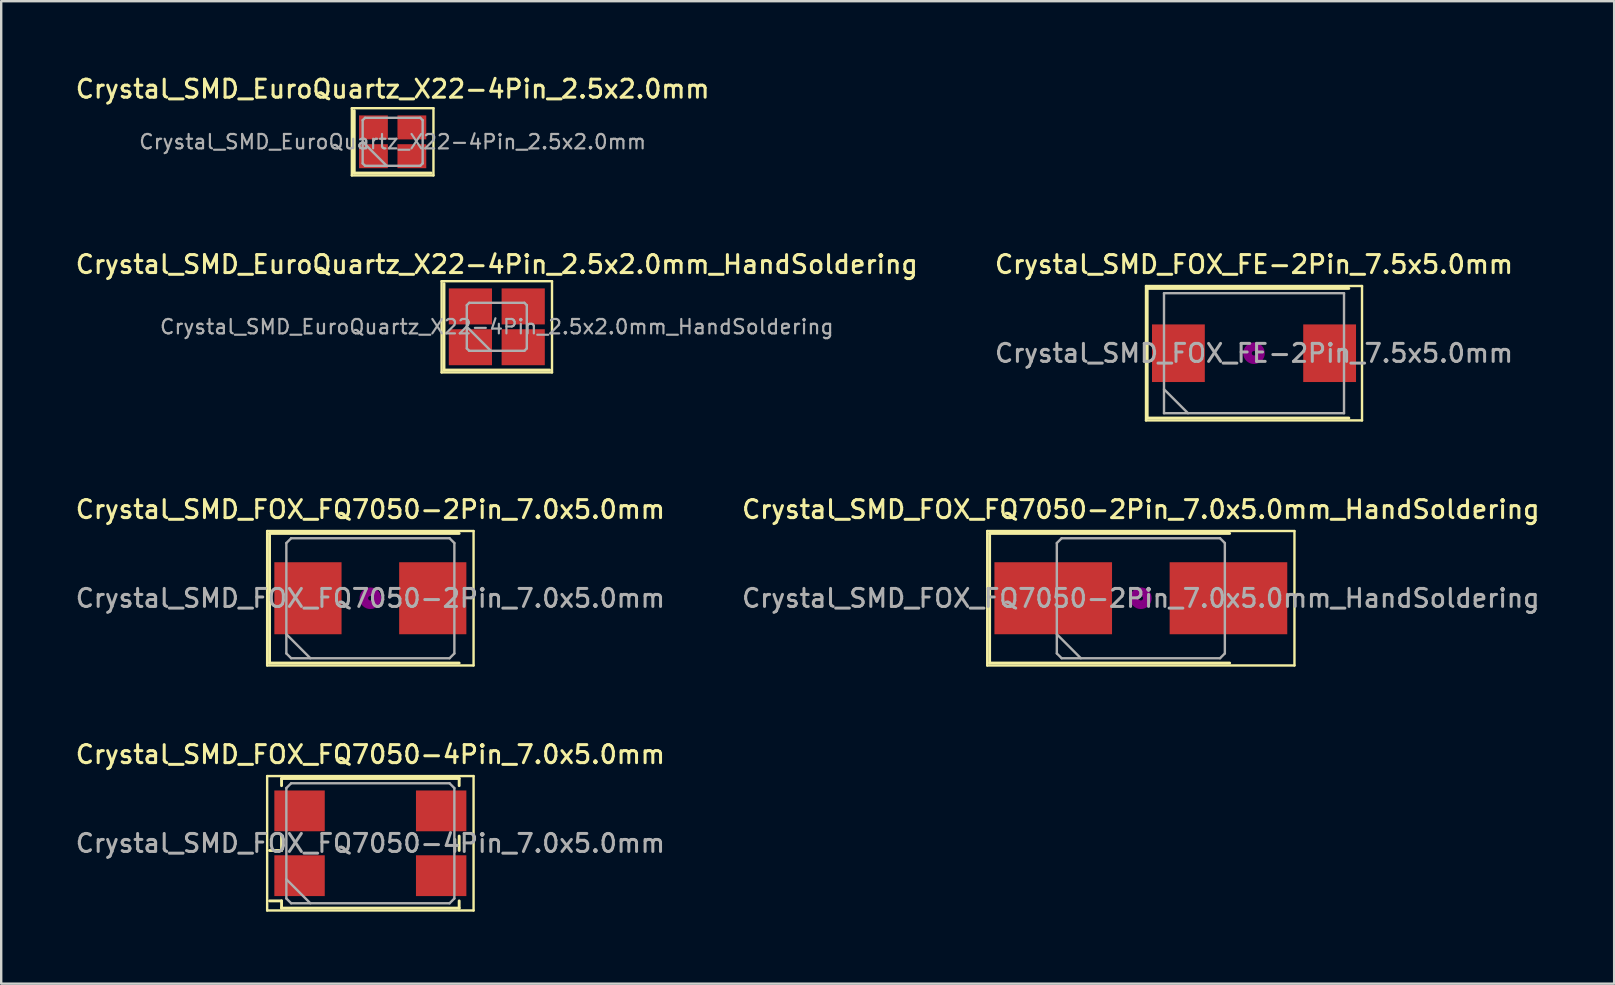
<source format=kicad_pcb>
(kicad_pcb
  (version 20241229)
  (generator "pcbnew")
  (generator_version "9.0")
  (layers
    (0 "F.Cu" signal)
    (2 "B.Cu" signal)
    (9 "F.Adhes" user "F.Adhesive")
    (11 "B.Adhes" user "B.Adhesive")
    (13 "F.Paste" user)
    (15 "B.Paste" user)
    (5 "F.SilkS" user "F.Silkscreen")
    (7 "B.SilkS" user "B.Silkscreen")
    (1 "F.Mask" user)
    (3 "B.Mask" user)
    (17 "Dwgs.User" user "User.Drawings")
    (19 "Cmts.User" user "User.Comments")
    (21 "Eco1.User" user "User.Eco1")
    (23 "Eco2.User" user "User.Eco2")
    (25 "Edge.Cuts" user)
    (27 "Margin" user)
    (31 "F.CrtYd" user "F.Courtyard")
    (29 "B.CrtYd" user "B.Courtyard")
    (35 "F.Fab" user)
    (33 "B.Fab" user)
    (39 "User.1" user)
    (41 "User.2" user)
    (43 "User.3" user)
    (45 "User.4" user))
  (footprint "Crystal_SMD_FOX_FE-2Pin_7.5x5.0mm"
    (layer "F.Cu")
    (at 49.195 11.666)
    (property "Reference" "Crystal_SMD_FOX_FE-2Pin_7.5x5.0mm" (at 0 -3.7 0) (layer "F.SilkS") (effects (font (size 0.75 0.75) (thickness 0.125))))
    (attr smd)
    (fp_line (start -4.5 -2.8) (end -4.5 2.8) (stroke (width 0.1) (type solid)) (layer "F.SilkS"))
    (fp_line (start -4.5 2.8) (end 4.5 2.8) (stroke (width 0.1) (type solid)) (layer "F.SilkS"))
    (fp_line (start -4.45 -2.7) (end -4.45 2.7) (stroke (width 0.12) (type solid)) (layer "F.SilkS"))
    (fp_line (start -4.45 2.7) (end 3.95 2.7) (stroke (width 0.12) (type solid)) (layer "F.SilkS"))
    (fp_line (start 3.95 -2.7) (end -4.45 -2.7) (stroke (width 0.12) (type solid)) (layer "F.SilkS"))
    (fp_line (start 4.5 -2.8) (end -4.5 -2.8) (stroke (width 0.1) (type solid)) (layer "F.SilkS"))
    (fp_line (start 4.5 2.8) (end 4.5 -2.8) (stroke (width 0.1) (type solid)) (layer "F.SilkS"))
    (fp_circle (center 0 0) (end 0.093 0) (stroke (width 0.187) (type solid)) (fill no) (layer "F.Adhes"))
    (fp_circle (center 0 0) (end 0.213 0) (stroke (width 0.133) (type solid)) (fill no) (layer "F.Adhes"))
    (fp_circle (center 0 0) (end 0.333 0) (stroke (width 0.133) (type solid)) (fill no) (layer "F.Adhes"))
    (fp_circle (center 0 0) (end 0.4 0) (stroke (width 0.1) (type solid)) (fill no) (layer "F.Adhes"))
    (fp_line (start -3.75 -2.5) (end -3.75 2.5) (stroke (width 0.1) (type solid)) (layer "F.Fab"))
    (fp_line (start -3.75 1.5) (end -2.75 2.5) (stroke (width 0.1) (type solid)) (layer "F.Fab"))
    (fp_line (start -3.75 2.5) (end 3.75 2.5) (stroke (width 0.1) (type solid)) (layer "F.Fab"))
    (fp_line (start 3.75 -2.5) (end -3.75 -2.5) (stroke (width 0.1) (type solid)) (layer "F.Fab"))
    (fp_line (start 3.75 2.5) (end 3.75 -2.5) (stroke (width 0.1) (type solid)) (layer "F.Fab"))
    (fp_text user "${REFERENCE}" (at 0 0 0) (layer "F.Fab") (effects (font (size 0.75 0.75) (thickness 0.125))))
    (pad "1" smd rect (at -3.15 0) (size 2.2 2.4) (layers "F.Cu" "F.Mask" "F.Paste"))
    (pad "2" smd rect (at 3.15 0) (size 2.2 2.4) (layers "F.Cu" "F.Mask" "F.Paste")))
  (footprint "Crystal_SMD_EuroQuartz_X22-4Pin_2.5x2.0mm_HandSoldering"
    (layer "F.Cu")
    (at 17.648 10.566)
    (property "Reference" "Crystal_SMD_EuroQuartz_X22-4Pin_2.5x2.0mm_HandSoldering" (at 0 -2.6 0) (layer "F.SilkS") (effects (font (size 0.75 0.75) (thickness 0.125))))
    (attr smd)
    (fp_line (start -2.3 -1.9) (end -2.3 1.9) (stroke (width 0.1) (type solid)) (layer "F.SilkS"))
    (fp_line (start -2.3 1.9) (end 2.3 1.9) (stroke (width 0.1) (type solid)) (layer "F.SilkS"))
    (fp_line (start -2.2 -1.8) (end -2.2 1.8) (stroke (width 0.12) (type solid)) (layer "F.SilkS"))
    (fp_line (start -2.2 1.8) (end 2.2 1.8) (stroke (width 0.12) (type solid)) (layer "F.SilkS"))
    (fp_line (start 2.3 -1.9) (end -2.3 -1.9) (stroke (width 0.1) (type solid)) (layer "F.SilkS"))
    (fp_line (start 2.3 1.9) (end 2.3 -1.9) (stroke (width 0.1) (type solid)) (layer "F.SilkS"))
    (fp_line (start -1.25 -0.9) (end -1.15 -1) (stroke (width 0.1) (type solid)) (layer "F.Fab"))
    (fp_line (start -1.25 0) (end -0.25 1) (stroke (width 0.1) (type solid)) (layer "F.Fab"))
    (fp_line (start -1.25 0.9) (end -1.25 -0.9) (stroke (width 0.1) (type solid)) (layer "F.Fab"))
    (fp_line (start -1.15 -1) (end 1.15 -1) (stroke (width 0.1) (type solid)) (layer "F.Fab"))
    (fp_line (start -1.15 1) (end -1.25 0.9) (stroke (width 0.1) (type solid)) (layer "F.Fab"))
    (fp_line (start 1.15 -1) (end 1.25 -0.9) (stroke (width 0.1) (type solid)) (layer "F.Fab"))
    (fp_line (start 1.15 1) (end -1.15 1) (stroke (width 0.1) (type solid)) (layer "F.Fab"))
    (fp_line (start 1.25 -0.9) (end 1.25 0.9) (stroke (width 0.1) (type solid)) (layer "F.Fab"))
    (fp_line (start 1.25 0.9) (end 1.15 1) (stroke (width 0.1) (type solid)) (layer "F.Fab"))
    (fp_text user "${REFERENCE}" (at 0 0 0) (layer "F.Fab") (effects (font (size 0.6 0.6) (thickness 0.09))))
    (pad "1" smd rect (at -1.1 0.85) (size 1.8 1.5) (layers "F.Cu" "F.Mask" "F.Paste"))
    (pad "2" smd rect (at 1.1 0.85) (size 1.8 1.5) (layers "F.Cu" "F.Mask" "F.Paste"))
    (pad "3" smd rect (at 1.1 -0.85) (size 1.8 1.5) (layers "F.Cu" "F.Mask" "F.Paste"))
    (pad "4" smd rect (at -1.1 -0.85) (size 1.8 1.5) (layers "F.Cu" "F.Mask" "F.Paste")))
  (footprint "Crystal_SMD_EuroQuartz_X22-4Pin_2.5x2.0mm"
    (layer "F.Cu")
    (at 13.309 2.858)
    (property "Reference" "Crystal_SMD_EuroQuartz_X22-4Pin_2.5x2.0mm" (at 0 -2.2 0) (layer "F.SilkS") (effects (font (size 0.75 0.75) (thickness 0.125))))
    (attr smd)
    (fp_line (start -1.7 -1.4) (end -1.7 1.4) (stroke (width 0.1) (type solid)) (layer "F.SilkS"))
    (fp_line (start -1.7 1.4) (end 1.7 1.4) (stroke (width 0.1) (type solid)) (layer "F.SilkS"))
    (fp_line (start -1.6 -1.3) (end -1.6 1.3) (stroke (width 0.12) (type solid)) (layer "F.SilkS"))
    (fp_line (start -1.6 1.3) (end 1.6 1.3) (stroke (width 0.12) (type solid)) (layer "F.SilkS"))
    (fp_line (start 1.7 -1.4) (end -1.7 -1.4) (stroke (width 0.1) (type solid)) (layer "F.SilkS"))
    (fp_line (start 1.7 1.4) (end 1.7 -1.4) (stroke (width 0.1) (type solid)) (layer "F.SilkS"))
    (fp_line (start -1.25 -0.9) (end -1.15 -1) (stroke (width 0.1) (type solid)) (layer "F.Fab"))
    (fp_line (start -1.25 0) (end -0.25 1) (stroke (width 0.1) (type solid)) (layer "F.Fab"))
    (fp_line (start -1.25 0.9) (end -1.25 -0.9) (stroke (width 0.1) (type solid)) (layer "F.Fab"))
    (fp_line (start -1.15 -1) (end 1.15 -1) (stroke (width 0.1) (type solid)) (layer "F.Fab"))
    (fp_line (start -1.15 1) (end -1.25 0.9) (stroke (width 0.1) (type solid)) (layer "F.Fab"))
    (fp_line (start 1.15 -1) (end 1.25 -0.9) (stroke (width 0.1) (type solid)) (layer "F.Fab"))
    (fp_line (start 1.15 1) (end -1.15 1) (stroke (width 0.1) (type solid)) (layer "F.Fab"))
    (fp_line (start 1.25 -0.9) (end 1.25 0.9) (stroke (width 0.1) (type solid)) (layer "F.Fab"))
    (fp_line (start 1.25 0.9) (end 1.15 1) (stroke (width 0.1) (type solid)) (layer "F.Fab"))
    (fp_text user "${REFERENCE}" (at 0 0 0) (layer "F.Fab") (effects (font (size 0.6 0.6) (thickness 0.09))))
    (pad "1" smd rect (at -0.8 0.6) (size 1.2 1) (layers "F.Cu" "F.Mask" "F.Paste"))
    (pad "2" smd rect (at 0.8 0.6) (size 1.2 1) (layers "F.Cu" "F.Mask" "F.Paste"))
    (pad "3" smd rect (at 0.8 -0.6) (size 1.2 1) (layers "F.Cu" "F.Mask" "F.Paste"))
    (pad "4" smd rect (at -0.8 -0.6) (size 1.2 1) (layers "F.Cu" "F.Mask" "F.Paste")))
  (footprint "Crystal_SMD_FOX_FQ7050-4Pin_7.0x5.0mm"
    (layer "F.Cu")
    (at 12.38 32.083)
    (property "Reference" "Crystal_SMD_FOX_FQ7050-4Pin_7.0x5.0mm" (at 0 -3.7 0) (layer "F.SilkS") (effects (font (size 0.75 0.75) (thickness 0.125))))
    (attr smd)
    (fp_line (start -4.3 -2.8) (end -4.3 2.8) (stroke (width 0.1) (type solid)) (layer "F.SilkS"))
    (fp_line (start -4.3 2.8) (end 4.3 2.8) (stroke (width 0.1) (type solid)) (layer "F.SilkS"))
    (fp_line (start -4.2 0.3) (end -3.7 0.3) (stroke (width 0.12) (type solid)) (layer "F.SilkS"))
    (fp_line (start -4.2 2.4) (end -3.7 2.4) (stroke (width 0.12) (type solid)) (layer "F.SilkS"))
    (fp_line (start -3.7 -2.7) (end 3.7 -2.7) (stroke (width 0.12) (type solid)) (layer "F.SilkS"))
    (fp_line (start -3.7 -2.4) (end -3.7 -2.7) (stroke (width 0.12) (type solid)) (layer "F.SilkS"))
    (fp_line (start -3.7 0.3) (end -3.7 -0.3) (stroke (width 0.12) (type solid)) (layer "F.SilkS"))
    (fp_line (start -3.7 2.4) (end -3.7 2.7) (stroke (width 0.12) (type solid)) (layer "F.SilkS"))
    (fp_line (start -3.7 2.7) (end 3.7 2.7) (stroke (width 0.12) (type solid)) (layer "F.SilkS"))
    (fp_line (start 3.7 -2.7) (end 3.7 -2.4) (stroke (width 0.12) (type solid)) (layer "F.SilkS"))
    (fp_line (start 3.7 -0.3) (end 3.7 0.3) (stroke (width 0.12) (type solid)) (layer "F.SilkS"))
    (fp_line (start 3.7 2.7) (end 3.7 2.4) (stroke (width 0.12) (type solid)) (layer "F.SilkS"))
    (fp_line (start 4.3 -2.8) (end -4.3 -2.8) (stroke (width 0.1) (type solid)) (layer "F.SilkS"))
    (fp_line (start 4.3 2.8) (end 4.3 -2.8) (stroke (width 0.1) (type solid)) (layer "F.SilkS"))
    (fp_line (start -3.5 -2.3) (end -3.3 -2.5) (stroke (width 0.1) (type solid)) (layer "F.Fab"))
    (fp_line (start -3.5 1.5) (end -2.5 2.5) (stroke (width 0.1) (type solid)) (layer "F.Fab"))
    (fp_line (start -3.5 2.3) (end -3.5 -2.3) (stroke (width 0.1) (type solid)) (layer "F.Fab"))
    (fp_line (start -3.3 -2.5) (end 3.3 -2.5) (stroke (width 0.1) (type solid)) (layer "F.Fab"))
    (fp_line (start -3.3 2.5) (end -3.5 2.3) (stroke (width 0.1) (type solid)) (layer "F.Fab"))
    (fp_line (start 3.3 -2.5) (end 3.5 -2.3) (stroke (width 0.1) (type solid)) (layer "F.Fab"))
    (fp_line (start 3.3 2.5) (end -3.3 2.5) (stroke (width 0.1) (type solid)) (layer "F.Fab"))
    (fp_line (start 3.5 -2.3) (end 3.5 2.3) (stroke (width 0.1) (type solid)) (layer "F.Fab"))
    (fp_line (start 3.5 2.3) (end 3.3 2.5) (stroke (width 0.1) (type solid)) (layer "F.Fab"))
    (fp_text user "${REFERENCE}" (at 0 0 0) (layer "F.Fab") (effects (font (size 0.75 0.75) (thickness 0.125))))
    (pad "1" smd rect (at -2.95 1.35) (size 2.1 1.7) (layers "F.Cu" "F.Mask" "F.Paste"))
    (pad "2" smd rect (at 2.95 1.35) (size 2.1 1.7) (layers "F.Cu" "F.Mask" "F.Paste"))
    (pad "3" smd rect (at 2.95 -1.35) (size 2.1 1.7) (layers "F.Cu" "F.Mask" "F.Paste"))
    (pad "4" smd rect (at -2.95 -1.35) (size 2.1 1.7) (layers "F.Cu" "F.Mask" "F.Paste")))
  (footprint "Crystal_SMD_FOX_FQ7050-2Pin_7.0x5.0mm"
    (layer "F.Cu")
    (at 12.38 21.874)
    (property "Reference" "Crystal_SMD_FOX_FQ7050-2Pin_7.0x5.0mm" (at 0 -3.7 0) (layer "F.SilkS") (effects (font (size 0.75 0.75) (thickness 0.125))))
    (attr smd)
    (fp_line (start -4.3 -2.8) (end -4.3 2.8) (stroke (width 0.1) (type solid)) (layer "F.SilkS"))
    (fp_line (start -4.3 2.8) (end 4.3 2.8) (stroke (width 0.1) (type solid)) (layer "F.SilkS"))
    (fp_line (start -4.2 -2.7) (end -4.2 2.7) (stroke (width 0.12) (type solid)) (layer "F.SilkS"))
    (fp_line (start -4.2 2.7) (end 3.7 2.7) (stroke (width 0.12) (type solid)) (layer "F.SilkS"))
    (fp_line (start 3.7 -2.7) (end -4.2 -2.7) (stroke (width 0.12) (type solid)) (layer "F.SilkS"))
    (fp_line (start 4.3 -2.8) (end -4.3 -2.8) (stroke (width 0.1) (type solid)) (layer "F.SilkS"))
    (fp_line (start 4.3 2.8) (end 4.3 -2.8) (stroke (width 0.1) (type solid)) (layer "F.SilkS"))
    (fp_circle (center 0 0) (end 0.093 0) (stroke (width 0.187) (type solid)) (fill no) (layer "F.Adhes"))
    (fp_circle (center 0 0) (end 0.213 0) (stroke (width 0.133) (type solid)) (fill no) (layer "F.Adhes"))
    (fp_circle (center 0 0) (end 0.333 0) (stroke (width 0.133) (type solid)) (fill no) (layer "F.Adhes"))
    (fp_circle (center 0 0) (end 0.4 0) (stroke (width 0.1) (type solid)) (fill no) (layer "F.Adhes"))
    (fp_line (start -3.5 -2.3) (end -3.3 -2.5) (stroke (width 0.1) (type solid)) (layer "F.Fab"))
    (fp_line (start -3.5 1.5) (end -2.5 2.5) (stroke (width 0.1) (type solid)) (layer "F.Fab"))
    (fp_line (start -3.5 2.3) (end -3.5 -2.3) (stroke (width 0.1) (type solid)) (layer "F.Fab"))
    (fp_line (start -3.3 -2.5) (end 3.3 -2.5) (stroke (width 0.1) (type solid)) (layer "F.Fab"))
    (fp_line (start -3.3 2.5) (end -3.5 2.3) (stroke (width 0.1) (type solid)) (layer "F.Fab"))
    (fp_line (start 3.3 -2.5) (end 3.5 -2.3) (stroke (width 0.1) (type solid)) (layer "F.Fab"))
    (fp_line (start 3.3 2.5) (end -3.3 2.5) (stroke (width 0.1) (type solid)) (layer "F.Fab"))
    (fp_line (start 3.5 -2.3) (end 3.5 2.3) (stroke (width 0.1) (type solid)) (layer "F.Fab"))
    (fp_line (start 3.5 2.3) (end 3.3 2.5) (stroke (width 0.1) (type solid)) (layer "F.Fab"))
    (fp_text user "${REFERENCE}" (at 0 0 0) (layer "F.Fab") (effects (font (size 0.75 0.75) (thickness 0.125))))
    (pad "1" smd rect (at -2.6 0) (size 2.8 3) (layers "F.Cu" "F.Mask" "F.Paste"))
    (pad "2" smd rect (at 2.6 0) (size 2.8 3) (layers "F.Cu" "F.Mask" "F.Paste")))
  (footprint "Crystal_SMD_FOX_FQ7050-2Pin_7.0x5.0mm_HandSoldering"
    (layer "F.Cu")
    (at 44.48 21.874)
    (property "Reference" "Crystal_SMD_FOX_FQ7050-2Pin_7.0x5.0mm_HandSoldering" (at 0 -3.7 0) (layer "F.SilkS") (effects (font (size 0.75 0.75) (thickness 0.125))))
    (attr smd)
    (fp_line (start -6.4 -2.8) (end -6.4 2.8) (stroke (width 0.1) (type solid)) (layer "F.SilkS"))
    (fp_line (start -6.4 2.8) (end 6.4 2.8) (stroke (width 0.1) (type solid)) (layer "F.SilkS"))
    (fp_line (start -6.3 -2.7) (end -6.3 2.7) (stroke (width 0.12) (type solid)) (layer "F.SilkS"))
    (fp_line (start -6.3 2.7) (end 3.7 2.7) (stroke (width 0.12) (type solid)) (layer "F.SilkS"))
    (fp_line (start 3.7 -2.7) (end -6.3 -2.7) (stroke (width 0.12) (type solid)) (layer "F.SilkS"))
    (fp_line (start 6.4 -2.8) (end -6.4 -2.8) (stroke (width 0.1) (type solid)) (layer "F.SilkS"))
    (fp_line (start 6.4 2.8) (end 6.4 -2.8) (stroke (width 0.1) (type solid)) (layer "F.SilkS"))
    (fp_circle (center 0 0) (end 0.093 0) (stroke (width 0.187) (type solid)) (fill no) (layer "F.Adhes"))
    (fp_circle (center 0 0) (end 0.213 0) (stroke (width 0.133) (type solid)) (fill no) (layer "F.Adhes"))
    (fp_circle (center 0 0) (end 0.333 0) (stroke (width 0.133) (type solid)) (fill no) (layer "F.Adhes"))
    (fp_circle (center 0 0) (end 0.4 0) (stroke (width 0.1) (type solid)) (fill no) (layer "F.Adhes"))
    (fp_line (start -3.5 -2.3) (end -3.3 -2.5) (stroke (width 0.1) (type solid)) (layer "F.Fab"))
    (fp_line (start -3.5 1.5) (end -2.5 2.5) (stroke (width 0.1) (type solid)) (layer "F.Fab"))
    (fp_line (start -3.5 2.3) (end -3.5 -2.3) (stroke (width 0.1) (type solid)) (layer "F.Fab"))
    (fp_line (start -3.3 -2.5) (end 3.3 -2.5) (stroke (width 0.1) (type solid)) (layer "F.Fab"))
    (fp_line (start -3.3 2.5) (end -3.5 2.3) (stroke (width 0.1) (type solid)) (layer "F.Fab"))
    (fp_line (start 3.3 -2.5) (end 3.5 -2.3) (stroke (width 0.1) (type solid)) (layer "F.Fab"))
    (fp_line (start 3.3 2.5) (end -3.3 2.5) (stroke (width 0.1) (type solid)) (layer "F.Fab"))
    (fp_line (start 3.5 -2.3) (end 3.5 2.3) (stroke (width 0.1) (type solid)) (layer "F.Fab"))
    (fp_line (start 3.5 2.3) (end 3.3 2.5) (stroke (width 0.1) (type solid)) (layer "F.Fab"))
    (fp_text user "${REFERENCE}" (at 0 0 0) (layer "F.Fab") (effects (font (size 0.75 0.75) (thickness 0.125))))
    (pad "1" smd rect (at -3.65 0) (size 4.9 3) (layers "F.Cu" "F.Mask" "F.Paste"))
    (pad "2" smd rect (at 3.65 0) (size 4.9 3) (layers "F.Cu" "F.Mask" "F.Paste")))
  (gr_rect
    (start -3 -3)
    (end 64.2 37.932)
    (stroke (width 0.1) (type default))
    (fill no)
    (layer "Edge.Cuts")))
</source>
